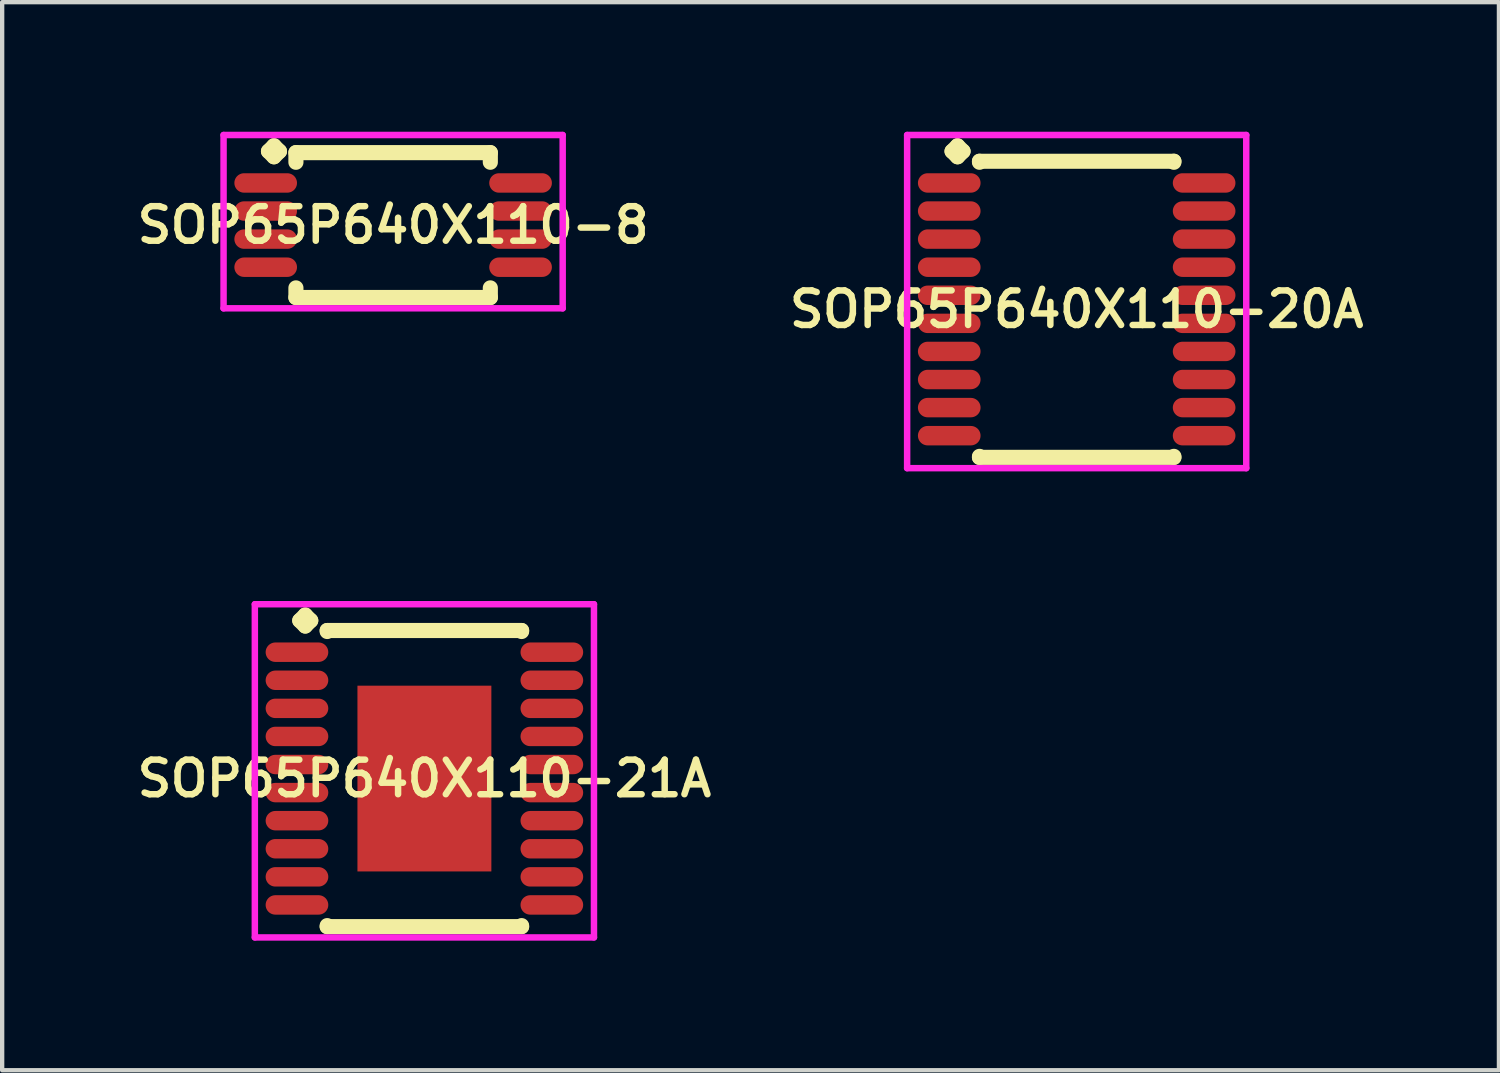
<source format=kicad_pcb>
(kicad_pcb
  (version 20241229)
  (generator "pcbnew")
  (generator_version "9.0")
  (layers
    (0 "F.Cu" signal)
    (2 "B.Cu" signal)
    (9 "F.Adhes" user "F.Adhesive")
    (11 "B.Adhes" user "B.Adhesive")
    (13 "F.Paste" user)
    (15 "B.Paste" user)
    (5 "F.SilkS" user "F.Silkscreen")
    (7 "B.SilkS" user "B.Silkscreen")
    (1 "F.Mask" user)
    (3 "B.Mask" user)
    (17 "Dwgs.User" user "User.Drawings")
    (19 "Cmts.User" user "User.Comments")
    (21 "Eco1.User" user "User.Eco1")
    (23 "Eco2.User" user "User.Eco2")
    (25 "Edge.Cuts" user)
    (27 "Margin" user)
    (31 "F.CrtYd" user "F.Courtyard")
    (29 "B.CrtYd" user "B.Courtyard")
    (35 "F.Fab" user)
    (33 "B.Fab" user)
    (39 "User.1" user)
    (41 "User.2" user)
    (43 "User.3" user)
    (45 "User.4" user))
  (footprint "SOP65P640X110-20A"
    (layer "F.Cu")
    (at 21.873 4.11)
    (property "Reference" "SOP65P640X110-20A" (at 0 0 0) (layer "F.SilkS") (effects (font (size 0.8 0.8) (thickness 0.15))))
    (attr smd)
    (fp_line (start -2.885 -3.658) (end -2.758 -3.785) (stroke (width 0.35) (type solid)) (layer "F.SilkS"))
    (fp_line (start -2.758 -3.785) (end -2.631 -3.658) (stroke (width 0.35) (type solid)) (layer "F.SilkS"))
    (fp_line (start -2.758 -3.531) (end -2.885 -3.658) (stroke (width 0.35) (type solid)) (layer "F.SilkS"))
    (fp_line (start -2.631 -3.658) (end -2.758 -3.531) (stroke (width 0.35) (type solid)) (layer "F.SilkS"))
    (fp_line (start -2.25 -3.427) (end 2.25 -3.427) (stroke (width 0.35) (type solid)) (layer "F.SilkS"))
    (fp_line (start -2.25 -3.404) (end -2.25 -3.427) (stroke (width 0.35) (type solid)) (layer "F.SilkS"))
    (fp_line (start -2.25 3.404) (end -2.25 3.427) (stroke (width 0.35) (type solid)) (layer "F.SilkS"))
    (fp_line (start -2.25 3.427) (end 2.25 3.427) (stroke (width 0.35) (type solid)) (layer "F.SilkS"))
    (fp_line (start 2.25 -3.427) (end 2.25 -3.404) (stroke (width 0.35) (type solid)) (layer "F.SilkS"))
    (fp_line (start 2.25 3.427) (end 2.25 3.404) (stroke (width 0.35) (type solid)) (layer "F.SilkS"))
    (fp_line (start -3.925 -4.035) (end 3.925 -4.035) (stroke (width 0.15) (type solid)) (layer "F.CrtYd"))
    (fp_line (start -3.925 3.677) (end -3.925 -4.035) (stroke (width 0.15) (type solid)) (layer "F.CrtYd"))
    (fp_line (start 3.925 -4.035) (end 3.925 3.677) (stroke (width 0.15) (type solid)) (layer "F.CrtYd"))
    (fp_line (start 3.925 3.677) (end -3.925 3.677) (stroke (width 0.15) (type solid)) (layer "F.CrtYd"))
    (pad "1" smd oval (at -2.95 -2.925) (size 1.45 0.45) (layers "F.Cu" "F.Mask" "F.Paste"))
    (pad "2" smd oval (at -2.95 -2.275) (size 1.45 0.45) (layers "F.Cu" "F.Mask" "F.Paste"))
    (pad "3" smd oval (at -2.95 -1.625) (size 1.45 0.45) (layers "F.Cu" "F.Mask" "F.Paste"))
    (pad "4" smd oval (at -2.95 -0.975) (size 1.45 0.45) (layers "F.Cu" "F.Mask" "F.Paste"))
    (pad "5" smd oval (at -2.95 -0.325) (size 1.45 0.45) (layers "F.Cu" "F.Mask" "F.Paste"))
    (pad "6" smd oval (at -2.95 0.325) (size 1.45 0.45) (layers "F.Cu" "F.Mask" "F.Paste"))
    (pad "7" smd oval (at -2.95 0.975) (size 1.45 0.45) (layers "F.Cu" "F.Mask" "F.Paste"))
    (pad "8" smd oval (at -2.95 1.625) (size 1.45 0.45) (layers "F.Cu" "F.Mask" "F.Paste"))
    (pad "9" smd oval (at -2.95 2.275) (size 1.45 0.45) (layers "F.Cu" "F.Mask" "F.Paste"))
    (pad "10" smd oval (at -2.95 2.925) (size 1.45 0.45) (layers "F.Cu" "F.Mask" "F.Paste"))
    (pad "11" smd oval (at 2.95 2.925) (size 1.45 0.45) (layers "F.Cu" "F.Mask" "F.Paste"))
    (pad "12" smd oval (at 2.95 2.275) (size 1.45 0.45) (layers "F.Cu" "F.Mask" "F.Paste"))
    (pad "13" smd oval (at 2.95 1.625) (size 1.45 0.45) (layers "F.Cu" "F.Mask" "F.Paste"))
    (pad "14" smd oval (at 2.95 0.975) (size 1.45 0.45) (layers "F.Cu" "F.Mask" "F.Paste"))
    (pad "15" smd oval (at 2.95 0.325) (size 1.45 0.45) (layers "F.Cu" "F.Mask" "F.Paste"))
    (pad "16" smd oval (at 2.95 -0.325) (size 1.45 0.45) (layers "F.Cu" "F.Mask" "F.Paste"))
    (pad "17" smd oval (at 2.95 -0.975) (size 1.45 0.45) (layers "F.Cu" "F.Mask" "F.Paste"))
    (pad "18" smd oval (at 2.95 -1.625) (size 1.45 0.45) (layers "F.Cu" "F.Mask" "F.Paste"))
    (pad "19" smd oval (at 2.95 -2.275) (size 1.45 0.45) (layers "F.Cu" "F.Mask" "F.Paste"))
    (pad "20" smd oval (at 2.95 -2.925) (size 1.45 0.45) (layers "F.Cu" "F.Mask" "F.Paste")))
  (footprint "SOP65P640X110-21A"
    (layer "F.Cu")
    (at 6.774 14.972)
    (property "Reference" "SOP65P640X110-21A" (at 0 0 0) (layer "F.SilkS") (effects (font (size 0.8 0.8) (thickness 0.15))))
    (attr smd)
    (fp_line (start -2.885 -3.658) (end -2.758 -3.785) (stroke (width 0.35) (type solid)) (layer "F.SilkS"))
    (fp_line (start -2.758 -3.785) (end -2.631 -3.658) (stroke (width 0.35) (type solid)) (layer "F.SilkS"))
    (fp_line (start -2.758 -3.531) (end -2.885 -3.658) (stroke (width 0.35) (type solid)) (layer "F.SilkS"))
    (fp_line (start -2.631 -3.658) (end -2.758 -3.531) (stroke (width 0.35) (type solid)) (layer "F.SilkS"))
    (fp_line (start -2.25 -3.427) (end 2.25 -3.427) (stroke (width 0.35) (type solid)) (layer "F.SilkS"))
    (fp_line (start -2.25 -3.404) (end -2.25 -3.427) (stroke (width 0.35) (type solid)) (layer "F.SilkS"))
    (fp_line (start -2.25 3.404) (end -2.25 3.427) (stroke (width 0.35) (type solid)) (layer "F.SilkS"))
    (fp_line (start -2.25 3.427) (end 2.25 3.427) (stroke (width 0.35) (type solid)) (layer "F.SilkS"))
    (fp_line (start 2.25 -3.427) (end 2.25 -3.404) (stroke (width 0.35) (type solid)) (layer "F.SilkS"))
    (fp_line (start 2.25 3.427) (end 2.25 3.404) (stroke (width 0.35) (type solid)) (layer "F.SilkS"))
    (fp_line (start -3.925 -4.035) (end 3.925 -4.035) (stroke (width 0.15) (type solid)) (layer "F.CrtYd"))
    (fp_line (start -3.925 3.677) (end -3.925 -4.035) (stroke (width 0.15) (type solid)) (layer "F.CrtYd"))
    (fp_line (start 3.925 -4.035) (end 3.925 3.677) (stroke (width 0.15) (type solid)) (layer "F.CrtYd"))
    (fp_line (start 3.925 3.677) (end -3.925 3.677) (stroke (width 0.15) (type solid)) (layer "F.CrtYd"))
    (pad "1" smd oval (at -2.95 -2.925) (size 1.45 0.45) (layers "F.Cu" "F.Mask" "F.Paste"))
    (pad "2" smd oval (at -2.95 -2.275) (size 1.45 0.45) (layers "F.Cu" "F.Mask" "F.Paste"))
    (pad "3" smd oval (at -2.95 -1.625) (size 1.45 0.45) (layers "F.Cu" "F.Mask" "F.Paste"))
    (pad "4" smd oval (at -2.95 -0.975) (size 1.45 0.45) (layers "F.Cu" "F.Mask" "F.Paste"))
    (pad "5" smd oval (at -2.95 -0.325) (size 1.45 0.45) (layers "F.Cu" "F.Mask" "F.Paste"))
    (pad "6" smd oval (at -2.95 0.325) (size 1.45 0.45) (layers "F.Cu" "F.Mask" "F.Paste"))
    (pad "7" smd oval (at -2.95 0.975) (size 1.45 0.45) (layers "F.Cu" "F.Mask" "F.Paste"))
    (pad "8" smd oval (at -2.95 1.625) (size 1.45 0.45) (layers "F.Cu" "F.Mask" "F.Paste"))
    (pad "9" smd oval (at -2.95 2.275) (size 1.45 0.45) (layers "F.Cu" "F.Mask" "F.Paste"))
    (pad "10" smd oval (at -2.95 2.925) (size 1.45 0.45) (layers "F.Cu" "F.Mask" "F.Paste"))
    (pad "11" smd oval (at 2.95 2.925) (size 1.45 0.45) (layers "F.Cu" "F.Mask" "F.Paste"))
    (pad "12" smd oval (at 2.95 2.275) (size 1.45 0.45) (layers "F.Cu" "F.Mask" "F.Paste"))
    (pad "13" smd oval (at 2.95 1.625) (size 1.45 0.45) (layers "F.Cu" "F.Mask" "F.Paste"))
    (pad "14" smd oval (at 2.95 0.975) (size 1.45 0.45) (layers "F.Cu" "F.Mask" "F.Paste"))
    (pad "15" smd oval (at 2.95 0.325) (size 1.45 0.45) (layers "F.Cu" "F.Mask" "F.Paste"))
    (pad "16" smd oval (at 2.95 -0.325) (size 1.45 0.45) (layers "F.Cu" "F.Mask" "F.Paste"))
    (pad "17" smd oval (at 2.95 -0.975) (size 1.45 0.45) (layers "F.Cu" "F.Mask" "F.Paste"))
    (pad "18" smd oval (at 2.95 -1.625) (size 1.45 0.45) (layers "F.Cu" "F.Mask" "F.Paste"))
    (pad "19" smd oval (at 2.95 -2.275) (size 1.45 0.45) (layers "F.Cu" "F.Mask" "F.Paste"))
    (pad "20" smd oval (at 2.95 -2.925) (size 1.45 0.45) (layers "F.Cu" "F.Mask" "F.Paste"))
    (pad "21" smd rect (at 0 0) (size 3.1 4.3) (layers "F.Cu" "F.Mask" "F.Paste")))
  (footprint "SOP65P640X110-8"
    (layer "F.Cu")
    (at 6.05 2.16)
    (property "Reference" "SOP65P640X110-8" (at 0 0 0) (layer "F.SilkS") (effects (font (size 0.8 0.8) (thickness 0.15))))
    (attr smd)
    (fp_line (start -2.885 -1.708) (end -2.758 -1.835) (stroke (width 0.35) (type solid)) (layer "F.SilkS"))
    (fp_line (start -2.758 -1.835) (end -2.631 -1.708) (stroke (width 0.35) (type solid)) (layer "F.SilkS"))
    (fp_line (start -2.758 -1.581) (end -2.885 -1.708) (stroke (width 0.35) (type solid)) (layer "F.SilkS"))
    (fp_line (start -2.631 -1.708) (end -2.758 -1.581) (stroke (width 0.35) (type solid)) (layer "F.SilkS"))
    (fp_line (start -2.25 -1.677) (end 2.25 -1.677) (stroke (width 0.35) (type solid)) (layer "F.SilkS"))
    (fp_line (start -2.25 -1.454) (end -2.25 -1.677) (stroke (width 0.35) (type solid)) (layer "F.SilkS"))
    (fp_line (start -2.25 1.454) (end -2.25 1.677) (stroke (width 0.35) (type solid)) (layer "F.SilkS"))
    (fp_line (start -2.25 1.677) (end 2.25 1.677) (stroke (width 0.35) (type solid)) (layer "F.SilkS"))
    (fp_line (start 2.25 -1.677) (end 2.25 -1.454) (stroke (width 0.35) (type solid)) (layer "F.SilkS"))
    (fp_line (start 2.25 1.677) (end 2.25 1.454) (stroke (width 0.35) (type solid)) (layer "F.SilkS"))
    (fp_line (start -3.925 -2.085) (end 3.925 -2.085) (stroke (width 0.15) (type solid)) (layer "F.CrtYd"))
    (fp_line (start -3.925 1.927) (end -3.925 -2.085) (stroke (width 0.15) (type solid)) (layer "F.CrtYd"))
    (fp_line (start 3.925 -2.085) (end 3.925 1.927) (stroke (width 0.15) (type solid)) (layer "F.CrtYd"))
    (fp_line (start 3.925 1.927) (end -3.925 1.927) (stroke (width 0.15) (type solid)) (layer "F.CrtYd"))
    (pad "1" smd oval (at -2.95 -0.975) (size 1.45 0.45) (layers "F.Cu" "F.Mask" "F.Paste"))
    (pad "2" smd oval (at -2.95 -0.325) (size 1.45 0.45) (layers "F.Cu" "F.Mask" "F.Paste"))
    (pad "3" smd oval (at -2.95 0.325) (size 1.45 0.45) (layers "F.Cu" "F.Mask" "F.Paste"))
    (pad "4" smd oval (at -2.95 0.975) (size 1.45 0.45) (layers "F.Cu" "F.Mask" "F.Paste"))
    (pad "5" smd oval (at 2.95 0.975) (size 1.45 0.45) (layers "F.Cu" "F.Mask" "F.Paste"))
    (pad "6" smd oval (at 2.95 0.325) (size 1.45 0.45) (layers "F.Cu" "F.Mask" "F.Paste"))
    (pad "7" smd oval (at 2.95 -0.325) (size 1.45 0.45) (layers "F.Cu" "F.Mask" "F.Paste"))
    (pad "8" smd oval (at 2.95 -0.975) (size 1.45 0.45) (layers "F.Cu" "F.Mask" "F.Paste")))
  (gr_rect
    (start -3 -3)
    (end 31.647 21.724)
    (stroke (width 0.1) (type default))
    (fill no)
    (layer "Edge.Cuts")))
</source>
